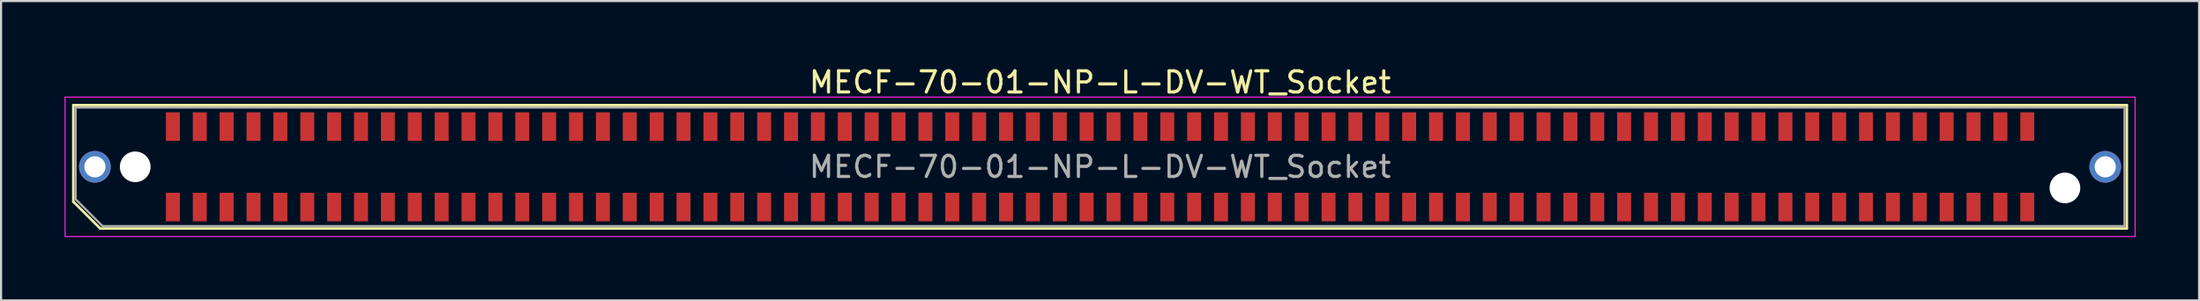
<source format=kicad_pcb>
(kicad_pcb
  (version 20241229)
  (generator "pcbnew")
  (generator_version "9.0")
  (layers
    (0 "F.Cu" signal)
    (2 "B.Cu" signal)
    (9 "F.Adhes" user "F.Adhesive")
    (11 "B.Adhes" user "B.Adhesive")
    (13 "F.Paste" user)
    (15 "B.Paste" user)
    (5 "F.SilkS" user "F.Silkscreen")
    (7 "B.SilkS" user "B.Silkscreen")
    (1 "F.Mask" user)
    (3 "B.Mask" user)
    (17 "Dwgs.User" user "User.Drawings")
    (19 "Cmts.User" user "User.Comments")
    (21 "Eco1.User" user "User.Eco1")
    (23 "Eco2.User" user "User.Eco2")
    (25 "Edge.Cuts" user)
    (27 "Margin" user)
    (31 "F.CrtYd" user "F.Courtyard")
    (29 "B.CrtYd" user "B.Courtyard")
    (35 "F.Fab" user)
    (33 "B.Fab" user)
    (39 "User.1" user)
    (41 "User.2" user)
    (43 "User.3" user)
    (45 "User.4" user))
  (footprint "MECF-70-01-NP-L-DV-WT_Socket"
    (layer "F.Cu")
    (at 48.935 4.848)
    (property "Reference" "MECF-70-01-NP-L-DV-WT_Socket" (at 0 -4 0) (layer "F.SilkS") (effects (font (size 1 1) (thickness 0.15))))
    (attr smd)
    (fp_line (start -48.52 -2.92) (end 48.52 -2.92) (stroke (width 0.12) (type solid)) (layer "F.SilkS"))
    (fp_line (start -48.52 1.65) (end -48.52 -2.92) (stroke (width 0.12) (type solid)) (layer "F.SilkS"))
    (fp_line (start -47.25 2.92) (end -48.52 1.65) (stroke (width 0.12) (type solid)) (layer "F.SilkS"))
    (fp_line (start -47.25 2.92) (end 48.52 2.92) (stroke (width 0.12) (type solid)) (layer "F.SilkS"))
    (fp_line (start 48.52 2.92) (end 48.52 -2.92) (stroke (width 0.12) (type solid)) (layer "F.SilkS"))
    (fp_line (start -48.91 -3.3) (end -48.91 3.3) (stroke (width 0.05) (type solid)) (layer "F.CrtYd"))
    (fp_line (start -48.91 3.3) (end 48.91 3.3) (stroke (width 0.05) (type solid)) (layer "F.CrtYd"))
    (fp_line (start 48.91 -3.3) (end -48.91 -3.3) (stroke (width 0.05) (type solid)) (layer "F.CrtYd"))
    (fp_line (start 48.91 3.3) (end 48.91 -3.3) (stroke (width 0.05) (type solid)) (layer "F.CrtYd"))
    (fp_line (start -48.41 -2.805) (end 48.41 -2.805) (stroke (width 0.1) (type solid)) (layer "F.Fab"))
    (fp_line (start -48.41 1.535) (end -48.41 -2.805) (stroke (width 0.1) (type solid)) (layer "F.Fab"))
    (fp_line (start -48.41 1.535) (end -47.14 2.805) (stroke (width 0.1) (type solid)) (layer "F.Fab"))
    (fp_line (start -47.14 2.805) (end 48.41 2.805) (stroke (width 0.1) (type solid)) (layer "F.Fab"))
    (fp_line (start 48.41 2.805) (end 48.41 -2.805) (stroke (width 0.1) (type solid)) (layer "F.Fab"))
    (fp_text user "${REFERENCE}" (at 0 0 0) (layer "F.Fab") (effects (font (size 1 1) (thickness 0.15))))
    (pad "" thru_hole circle (at -47.5 0) (size 1.5 1.5) (drill 1) (layers "*.Cu" "*.Mask"))
    (pad "" np_thru_hole circle (at -45.595 0) (size 1.45 1.45) (drill 1.45) (layers "*.Cu" "*.Mask"))
    (pad "" np_thru_hole circle (at 45.595 1) (size 1.45 1.45) (drill 1.45) (layers "*.Cu" "*.Mask"))
    (pad "" thru_hole circle (at 47.5 0) (size 1.5 1.5) (drill 1) (layers "*.Cu" "*.Mask"))
    (pad "1" smd rect (at -43.815 1.905) (size 0.66 1.35) (layers "F.Cu" "F.Mask" "F.Paste"))
    (pad "2" smd rect (at -43.815 -1.905) (size 0.66 1.35) (layers "F.Cu" "F.Mask" "F.Paste"))
    (pad "3" smd rect (at -42.545 1.905) (size 0.66 1.35) (layers "F.Cu" "F.Mask" "F.Paste"))
    (pad "4" smd rect (at -42.545 -1.905) (size 0.66 1.35) (layers "F.Cu" "F.Mask" "F.Paste"))
    (pad "5" smd rect (at -41.275 1.905) (size 0.66 1.35) (layers "F.Cu" "F.Mask" "F.Paste"))
    (pad "6" smd rect (at -41.275 -1.905) (size 0.66 1.35) (layers "F.Cu" "F.Mask" "F.Paste"))
    (pad "7" smd rect (at -40.005 1.905) (size 0.66 1.35) (layers "F.Cu" "F.Mask" "F.Paste"))
    (pad "8" smd rect (at -40.005 -1.905) (size 0.66 1.35) (layers "F.Cu" "F.Mask" "F.Paste"))
    (pad "9" smd rect (at -38.735 1.905) (size 0.66 1.35) (layers "F.Cu" "F.Mask" "F.Paste"))
    (pad "10" smd rect (at -38.735 -1.905) (size 0.66 1.35) (layers "F.Cu" "F.Mask" "F.Paste"))
    (pad "11" smd rect (at -37.465 1.905) (size 0.66 1.35) (layers "F.Cu" "F.Mask" "F.Paste"))
    (pad "12" smd rect (at -37.465 -1.905) (size 0.66 1.35) (layers "F.Cu" "F.Mask" "F.Paste"))
    (pad "13" smd rect (at -36.195 1.905) (size 0.66 1.35) (layers "F.Cu" "F.Mask" "F.Paste"))
    (pad "14" smd rect (at -36.195 -1.905) (size 0.66 1.35) (layers "F.Cu" "F.Mask" "F.Paste"))
    (pad "15" smd rect (at -34.925 1.905) (size 0.66 1.35) (layers "F.Cu" "F.Mask" "F.Paste"))
    (pad "16" smd rect (at -34.925 -1.905) (size 0.66 1.35) (layers "F.Cu" "F.Mask" "F.Paste"))
    (pad "17" smd rect (at -33.655 1.905) (size 0.66 1.35) (layers "F.Cu" "F.Mask" "F.Paste"))
    (pad "18" smd rect (at -33.655 -1.905) (size 0.66 1.35) (layers "F.Cu" "F.Mask" "F.Paste"))
    (pad "19" smd rect (at -32.385 1.905) (size 0.66 1.35) (layers "F.Cu" "F.Mask" "F.Paste"))
    (pad "20" smd rect (at -32.385 -1.905) (size 0.66 1.35) (layers "F.Cu" "F.Mask" "F.Paste"))
    (pad "21" smd rect (at -31.115 1.905) (size 0.66 1.35) (layers "F.Cu" "F.Mask" "F.Paste"))
    (pad "22" smd rect (at -31.115 -1.905) (size 0.66 1.35) (layers "F.Cu" "F.Mask" "F.Paste"))
    (pad "23" smd rect (at -29.845 1.905) (size 0.66 1.35) (layers "F.Cu" "F.Mask" "F.Paste"))
    (pad "24" smd rect (at -29.845 -1.905) (size 0.66 1.35) (layers "F.Cu" "F.Mask" "F.Paste"))
    (pad "25" smd rect (at -28.575 1.905) (size 0.66 1.35) (layers "F.Cu" "F.Mask" "F.Paste"))
    (pad "26" smd rect (at -28.575 -1.905) (size 0.66 1.35) (layers "F.Cu" "F.Mask" "F.Paste"))
    (pad "27" smd rect (at -27.305 1.905) (size 0.66 1.35) (layers "F.Cu" "F.Mask" "F.Paste"))
    (pad "28" smd rect (at -27.305 -1.905) (size 0.66 1.35) (layers "F.Cu" "F.Mask" "F.Paste"))
    (pad "29" smd rect (at -26.035 1.905) (size 0.66 1.35) (layers "F.Cu" "F.Mask" "F.Paste"))
    (pad "30" smd rect (at -26.035 -1.905) (size 0.66 1.35) (layers "F.Cu" "F.Mask" "F.Paste"))
    (pad "31" smd rect (at -24.765 1.905) (size 0.66 1.35) (layers "F.Cu" "F.Mask" "F.Paste"))
    (pad "32" smd rect (at -24.765 -1.905) (size 0.66 1.35) (layers "F.Cu" "F.Mask" "F.Paste"))
    (pad "33" smd rect (at -23.495 1.905) (size 0.66 1.35) (layers "F.Cu" "F.Mask" "F.Paste"))
    (pad "34" smd rect (at -23.495 -1.905) (size 0.66 1.35) (layers "F.Cu" "F.Mask" "F.Paste"))
    (pad "35" smd rect (at -22.225 1.905) (size 0.66 1.35) (layers "F.Cu" "F.Mask" "F.Paste"))
    (pad "36" smd rect (at -22.225 -1.905) (size 0.66 1.35) (layers "F.Cu" "F.Mask" "F.Paste"))
    (pad "37" smd rect (at -20.955 1.905) (size 0.66 1.35) (layers "F.Cu" "F.Mask" "F.Paste"))
    (pad "38" smd rect (at -20.955 -1.905) (size 0.66 1.35) (layers "F.Cu" "F.Mask" "F.Paste"))
    (pad "39" smd rect (at -19.685 1.905) (size 0.66 1.35) (layers "F.Cu" "F.Mask" "F.Paste"))
    (pad "40" smd rect (at -19.685 -1.905) (size 0.66 1.35) (layers "F.Cu" "F.Mask" "F.Paste"))
    (pad "41" smd rect (at -18.415 1.905) (size 0.66 1.35) (layers "F.Cu" "F.Mask" "F.Paste"))
    (pad "42" smd rect (at -18.415 -1.905) (size 0.66 1.35) (layers "F.Cu" "F.Mask" "F.Paste"))
    (pad "43" smd rect (at -17.145 1.905) (size 0.66 1.35) (layers "F.Cu" "F.Mask" "F.Paste"))
    (pad "44" smd rect (at -17.145 -1.905) (size 0.66 1.35) (layers "F.Cu" "F.Mask" "F.Paste"))
    (pad "45" smd rect (at -15.875 1.905) (size 0.66 1.35) (layers "F.Cu" "F.Mask" "F.Paste"))
    (pad "46" smd rect (at -15.875 -1.905) (size 0.66 1.35) (layers "F.Cu" "F.Mask" "F.Paste"))
    (pad "47" smd rect (at -14.605 1.905) (size 0.66 1.35) (layers "F.Cu" "F.Mask" "F.Paste"))
    (pad "48" smd rect (at -14.605 -1.905) (size 0.66 1.35) (layers "F.Cu" "F.Mask" "F.Paste"))
    (pad "49" smd rect (at -13.335 1.905) (size 0.66 1.35) (layers "F.Cu" "F.Mask" "F.Paste"))
    (pad "50" smd rect (at -13.335 -1.905) (size 0.66 1.35) (layers "F.Cu" "F.Mask" "F.Paste"))
    (pad "51" smd rect (at -12.065 1.905) (size 0.66 1.35) (layers "F.Cu" "F.Mask" "F.Paste"))
    (pad "52" smd rect (at -12.065 -1.905) (size 0.66 1.35) (layers "F.Cu" "F.Mask" "F.Paste"))
    (pad "53" smd rect (at -10.795 1.905) (size 0.66 1.35) (layers "F.Cu" "F.Mask" "F.Paste"))
    (pad "54" smd rect (at -10.795 -1.905) (size 0.66 1.35) (layers "F.Cu" "F.Mask" "F.Paste"))
    (pad "55" smd rect (at -9.525 1.905) (size 0.66 1.35) (layers "F.Cu" "F.Mask" "F.Paste"))
    (pad "56" smd rect (at -9.525 -1.905) (size 0.66 1.35) (layers "F.Cu" "F.Mask" "F.Paste"))
    (pad "57" smd rect (at -8.255 1.905) (size 0.66 1.35) (layers "F.Cu" "F.Mask" "F.Paste"))
    (pad "58" smd rect (at -8.255 -1.905) (size 0.66 1.35) (layers "F.Cu" "F.Mask" "F.Paste"))
    (pad "59" smd rect (at -6.985 1.905) (size 0.66 1.35) (layers "F.Cu" "F.Mask" "F.Paste"))
    (pad "60" smd rect (at -6.985 -1.905) (size 0.66 1.35) (layers "F.Cu" "F.Mask" "F.Paste"))
    (pad "61" smd rect (at -5.715 1.905) (size 0.66 1.35) (layers "F.Cu" "F.Mask" "F.Paste"))
    (pad "62" smd rect (at -5.715 -1.905) (size 0.66 1.35) (layers "F.Cu" "F.Mask" "F.Paste"))
    (pad "63" smd rect (at -4.445 1.905) (size 0.66 1.35) (layers "F.Cu" "F.Mask" "F.Paste"))
    (pad "64" smd rect (at -4.445 -1.905) (size 0.66 1.35) (layers "F.Cu" "F.Mask" "F.Paste"))
    (pad "65" smd rect (at -3.175 1.905) (size 0.66 1.35) (layers "F.Cu" "F.Mask" "F.Paste"))
    (pad "66" smd rect (at -3.175 -1.905) (size 0.66 1.35) (layers "F.Cu" "F.Mask" "F.Paste"))
    (pad "67" smd rect (at -1.905 1.905) (size 0.66 1.35) (layers "F.Cu" "F.Mask" "F.Paste"))
    (pad "68" smd rect (at -1.905 -1.905) (size 0.66 1.35) (layers "F.Cu" "F.Mask" "F.Paste"))
    (pad "69" smd rect (at -0.635 1.905) (size 0.66 1.35) (layers "F.Cu" "F.Mask" "F.Paste"))
    (pad "70" smd rect (at -0.635 -1.905) (size 0.66 1.35) (layers "F.Cu" "F.Mask" "F.Paste"))
    (pad "71" smd rect (at 0.635 1.905) (size 0.66 1.35) (layers "F.Cu" "F.Mask" "F.Paste"))
    (pad "72" smd rect (at 0.635 -1.905) (size 0.66 1.35) (layers "F.Cu" "F.Mask" "F.Paste"))
    (pad "73" smd rect (at 1.905 1.905) (size 0.66 1.35) (layers "F.Cu" "F.Mask" "F.Paste"))
    (pad "74" smd rect (at 1.905 -1.905) (size 0.66 1.35) (layers "F.Cu" "F.Mask" "F.Paste"))
    (pad "75" smd rect (at 3.175 1.905) (size 0.66 1.35) (layers "F.Cu" "F.Mask" "F.Paste"))
    (pad "76" smd rect (at 3.175 -1.905) (size 0.66 1.35) (layers "F.Cu" "F.Mask" "F.Paste"))
    (pad "77" smd rect (at 4.445 1.905) (size 0.66 1.35) (layers "F.Cu" "F.Mask" "F.Paste"))
    (pad "78" smd rect (at 4.445 -1.905) (size 0.66 1.35) (layers "F.Cu" "F.Mask" "F.Paste"))
    (pad "79" smd rect (at 5.715 1.905) (size 0.66 1.35) (layers "F.Cu" "F.Mask" "F.Paste"))
    (pad "80" smd rect (at 5.715 -1.905) (size 0.66 1.35) (layers "F.Cu" "F.Mask" "F.Paste"))
    (pad "81" smd rect (at 6.985 1.905) (size 0.66 1.35) (layers "F.Cu" "F.Mask" "F.Paste"))
    (pad "82" smd rect (at 6.985 -1.905) (size 0.66 1.35) (layers "F.Cu" "F.Mask" "F.Paste"))
    (pad "83" smd rect (at 8.255 1.905) (size 0.66 1.35) (layers "F.Cu" "F.Mask" "F.Paste"))
    (pad "84" smd rect (at 8.255 -1.905) (size 0.66 1.35) (layers "F.Cu" "F.Mask" "F.Paste"))
    (pad "85" smd rect (at 9.525 1.905) (size 0.66 1.35) (layers "F.Cu" "F.Mask" "F.Paste"))
    (pad "86" smd rect (at 9.525 -1.905) (size 0.66 1.35) (layers "F.Cu" "F.Mask" "F.Paste"))
    (pad "87" smd rect (at 10.795 1.905) (size 0.66 1.35) (layers "F.Cu" "F.Mask" "F.Paste"))
    (pad "88" smd rect (at 10.795 -1.905) (size 0.66 1.35) (layers "F.Cu" "F.Mask" "F.Paste"))
    (pad "89" smd rect (at 12.065 1.905) (size 0.66 1.35) (layers "F.Cu" "F.Mask" "F.Paste"))
    (pad "90" smd rect (at 12.065 -1.905) (size 0.66 1.35) (layers "F.Cu" "F.Mask" "F.Paste"))
    (pad "91" smd rect (at 13.335 1.905) (size 0.66 1.35) (layers "F.Cu" "F.Mask" "F.Paste"))
    (pad "92" smd rect (at 13.335 -1.905) (size 0.66 1.35) (layers "F.Cu" "F.Mask" "F.Paste"))
    (pad "93" smd rect (at 14.605 1.905) (size 0.66 1.35) (layers "F.Cu" "F.Mask" "F.Paste"))
    (pad "94" smd rect (at 14.605 -1.905) (size 0.66 1.35) (layers "F.Cu" "F.Mask" "F.Paste"))
    (pad "95" smd rect (at 15.875 1.905) (size 0.66 1.35) (layers "F.Cu" "F.Mask" "F.Paste"))
    (pad "96" smd rect (at 15.875 -1.905) (size 0.66 1.35) (layers "F.Cu" "F.Mask" "F.Paste"))
    (pad "97" smd rect (at 17.145 1.905) (size 0.66 1.35) (layers "F.Cu" "F.Mask" "F.Paste"))
    (pad "98" smd rect (at 17.145 -1.905) (size 0.66 1.35) (layers "F.Cu" "F.Mask" "F.Paste"))
    (pad "99" smd rect (at 18.415 1.905) (size 0.66 1.35) (layers "F.Cu" "F.Mask" "F.Paste"))
    (pad "100" smd rect (at 18.415 -1.905) (size 0.66 1.35) (layers "F.Cu" "F.Mask" "F.Paste"))
    (pad "101" smd rect (at 19.685 1.905) (size 0.66 1.35) (layers "F.Cu" "F.Mask" "F.Paste"))
    (pad "102" smd rect (at 19.685 -1.905) (size 0.66 1.35) (layers "F.Cu" "F.Mask" "F.Paste"))
    (pad "103" smd rect (at 20.955 1.905) (size 0.66 1.35) (layers "F.Cu" "F.Mask" "F.Paste"))
    (pad "104" smd rect (at 20.955 -1.905) (size 0.66 1.35) (layers "F.Cu" "F.Mask" "F.Paste"))
    (pad "105" smd rect (at 22.225 1.905) (size 0.66 1.35) (layers "F.Cu" "F.Mask" "F.Paste"))
    (pad "106" smd rect (at 22.225 -1.905) (size 0.66 1.35) (layers "F.Cu" "F.Mask" "F.Paste"))
    (pad "107" smd rect (at 23.495 1.905) (size 0.66 1.35) (layers "F.Cu" "F.Mask" "F.Paste"))
    (pad "108" smd rect (at 23.495 -1.905) (size 0.66 1.35) (layers "F.Cu" "F.Mask" "F.Paste"))
    (pad "109" smd rect (at 24.765 1.905) (size 0.66 1.35) (layers "F.Cu" "F.Mask" "F.Paste"))
    (pad "110" smd rect (at 24.765 -1.905) (size 0.66 1.35) (layers "F.Cu" "F.Mask" "F.Paste"))
    (pad "111" smd rect (at 26.035 1.905) (size 0.66 1.35) (layers "F.Cu" "F.Mask" "F.Paste"))
    (pad "112" smd rect (at 26.035 -1.905) (size 0.66 1.35) (layers "F.Cu" "F.Mask" "F.Paste"))
    (pad "113" smd rect (at 27.305 1.905) (size 0.66 1.35) (layers "F.Cu" "F.Mask" "F.Paste"))
    (pad "114" smd rect (at 27.305 -1.905) (size 0.66 1.35) (layers "F.Cu" "F.Mask" "F.Paste"))
    (pad "115" smd rect (at 28.575 1.905) (size 0.66 1.35) (layers "F.Cu" "F.Mask" "F.Paste"))
    (pad "116" smd rect (at 28.575 -1.905) (size 0.66 1.35) (layers "F.Cu" "F.Mask" "F.Paste"))
    (pad "117" smd rect (at 29.845 1.905) (size 0.66 1.35) (layers "F.Cu" "F.Mask" "F.Paste"))
    (pad "118" smd rect (at 29.845 -1.905) (size 0.66 1.35) (layers "F.Cu" "F.Mask" "F.Paste"))
    (pad "119" smd rect (at 31.115 1.905) (size 0.66 1.35) (layers "F.Cu" "F.Mask" "F.Paste"))
    (pad "120" smd rect (at 31.115 -1.905) (size 0.66 1.35) (layers "F.Cu" "F.Mask" "F.Paste"))
    (pad "121" smd rect (at 32.385 1.905) (size 0.66 1.35) (layers "F.Cu" "F.Mask" "F.Paste"))
    (pad "122" smd rect (at 32.385 -1.905) (size 0.66 1.35) (layers "F.Cu" "F.Mask" "F.Paste"))
    (pad "123" smd rect (at 33.655 1.905) (size 0.66 1.35) (layers "F.Cu" "F.Mask" "F.Paste"))
    (pad "124" smd rect (at 33.655 -1.905) (size 0.66 1.35) (layers "F.Cu" "F.Mask" "F.Paste"))
    (pad "125" smd rect (at 34.925 1.905) (size 0.66 1.35) (layers "F.Cu" "F.Mask" "F.Paste"))
    (pad "126" smd rect (at 34.925 -1.905) (size 0.66 1.35) (layers "F.Cu" "F.Mask" "F.Paste"))
    (pad "127" smd rect (at 36.195 1.905) (size 0.66 1.35) (layers "F.Cu" "F.Mask" "F.Paste"))
    (pad "128" smd rect (at 36.195 -1.905) (size 0.66 1.35) (layers "F.Cu" "F.Mask" "F.Paste"))
    (pad "129" smd rect (at 37.465 1.905) (size 0.66 1.35) (layers "F.Cu" "F.Mask" "F.Paste"))
    (pad "130" smd rect (at 37.465 -1.905) (size 0.66 1.35) (layers "F.Cu" "F.Mask" "F.Paste"))
    (pad "131" smd rect (at 38.735 1.905) (size 0.66 1.35) (layers "F.Cu" "F.Mask" "F.Paste"))
    (pad "132" smd rect (at 38.735 -1.905) (size 0.66 1.35) (layers "F.Cu" "F.Mask" "F.Paste"))
    (pad "133" smd rect (at 40.005 1.905) (size 0.66 1.35) (layers "F.Cu" "F.Mask" "F.Paste"))
    (pad "134" smd rect (at 40.005 -1.905) (size 0.66 1.35) (layers "F.Cu" "F.Mask" "F.Paste"))
    (pad "135" smd rect (at 41.275 1.905) (size 0.66 1.35) (layers "F.Cu" "F.Mask" "F.Paste"))
    (pad "136" smd rect (at 41.275 -1.905) (size 0.66 1.35) (layers "F.Cu" "F.Mask" "F.Paste"))
    (pad "137" smd rect (at 42.545 1.905) (size 0.66 1.35) (layers "F.Cu" "F.Mask" "F.Paste"))
    (pad "138" smd rect (at 42.545 -1.905) (size 0.66 1.35) (layers "F.Cu" "F.Mask" "F.Paste"))
    (pad "139" smd rect (at 43.815 1.905) (size 0.66 1.35) (layers "F.Cu" "F.Mask" "F.Paste"))
    (pad "140" smd rect (at 43.815 -1.905) (size 0.66 1.35) (layers "F.Cu" "F.Mask" "F.Paste")))
  (gr_rect
    (start -3 -3)
    (end 100.87 11.173)
    (stroke (width 0.1) (type default))
    (fill no)
    (layer "Edge.Cuts")))
</source>
